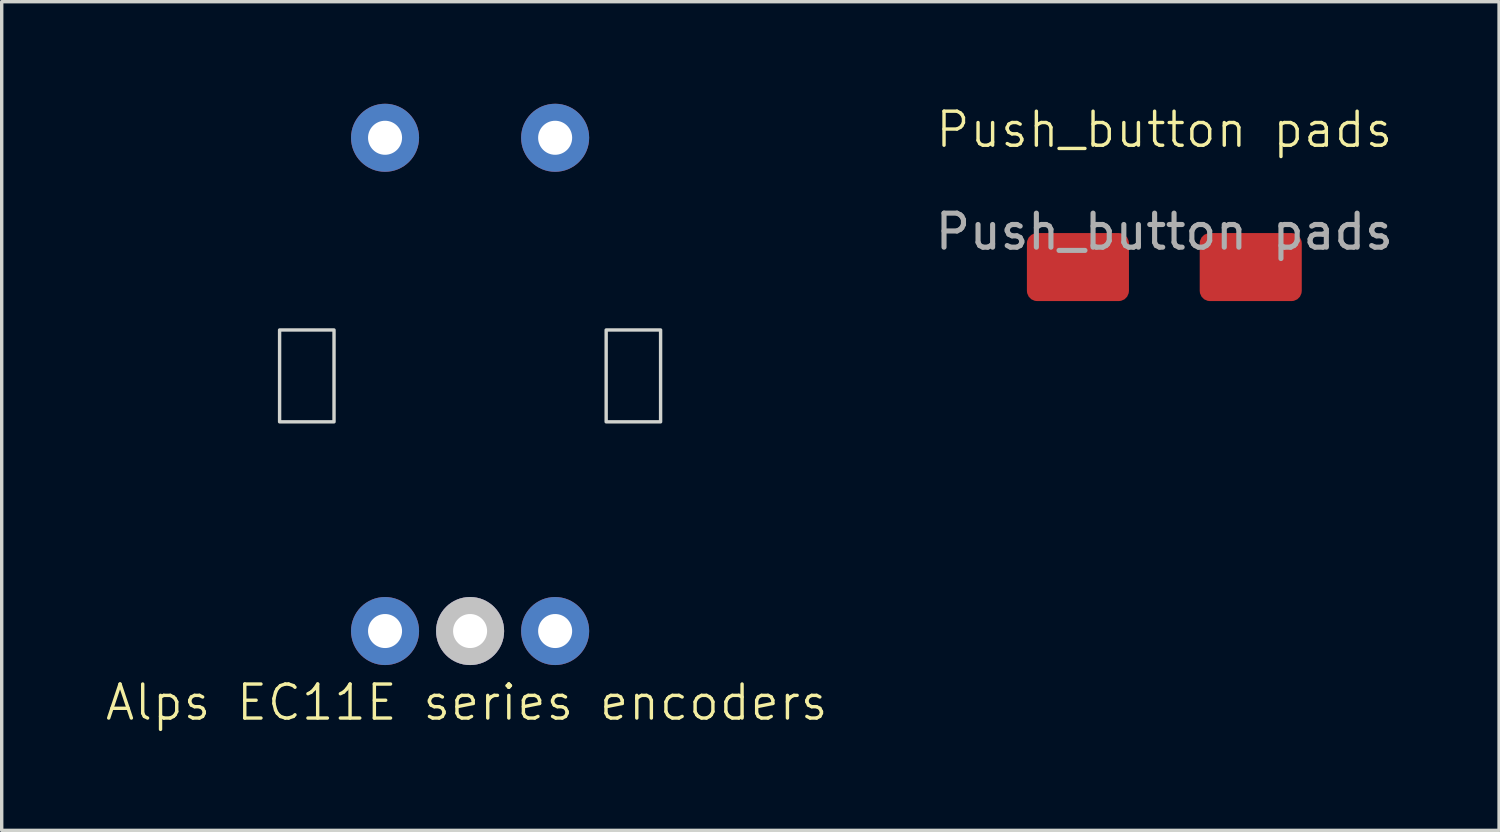
<source format=kicad_pcb>
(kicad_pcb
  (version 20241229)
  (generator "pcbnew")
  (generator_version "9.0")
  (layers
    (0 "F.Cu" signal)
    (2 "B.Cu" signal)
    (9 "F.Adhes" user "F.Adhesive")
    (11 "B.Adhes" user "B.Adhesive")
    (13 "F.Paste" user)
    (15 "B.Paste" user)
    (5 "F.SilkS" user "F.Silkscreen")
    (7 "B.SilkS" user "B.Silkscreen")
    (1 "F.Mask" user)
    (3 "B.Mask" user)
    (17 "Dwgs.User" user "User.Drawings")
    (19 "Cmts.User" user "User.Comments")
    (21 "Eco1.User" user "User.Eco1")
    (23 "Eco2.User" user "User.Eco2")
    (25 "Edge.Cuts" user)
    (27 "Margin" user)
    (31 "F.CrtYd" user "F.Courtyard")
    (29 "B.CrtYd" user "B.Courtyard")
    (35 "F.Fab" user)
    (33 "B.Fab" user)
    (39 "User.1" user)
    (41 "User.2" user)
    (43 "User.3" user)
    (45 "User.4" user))
  (footprint "Alps EC11E series encoders"
    (layer "F.Cu")
    (at 9.769 14)
    (property "Reference" "Alps EC11E series encoders" (at 0.9 3.6 0) (unlocked yes) (layer "F.SilkS") (effects (font (size 1 1) (thickness 0.1))))
    (attr smd)
    (fp_rect (start -4.6 -7.35) (end -3 -4.65) (stroke (width 0.1) (type solid)) (fill no) (layer "Edge.Cuts"))
    (fp_rect (start 5 -7.35) (end 6.6 -4.65) (stroke (width 0.1) (type solid)) (fill no) (layer "Edge.Cuts"))
    (pad "1" thru_hole circle (at -1.5 1.5) (size 2 2) (drill 1) (layers "*.Cu" "*.Mask"))
    (pad "2" thru_hole circle (at 1 1.5) (size 2 2) (drill 1) (layers "*.Cu" "*.Mask" "Dwgs.User"))
    (pad "3" thru_hole circle (at 3.5 1.5) (size 2 2) (drill 1) (layers "*.Cu" "*.Mask"))
    (pad "4" thru_hole circle (at -1.5 -13) (size 2 2) (drill 1) (layers "*.Cu" "*.Mask"))
    (pad "5" thru_hole circle (at 3.5 -13) (size 2 2) (drill 1) (layers "*.Cu" "*.Mask")))
  (footprint "Push_button pads"
    (layer "F.Cu")
    (at 31.177 4.801)
    (property "Reference" "Push_button pads" (at 0 -4.04 0) (unlocked yes) (layer "F.SilkS") (effects (font (size 1 1) (thickness 0.1))))
    (attr smd)
    (fp_text user "${REFERENCE}" (at 0 -1.04 0) (unlocked yes) (layer "F.Fab") (effects (font (size 1 1) (thickness 0.15))))
    (pad "1" smd roundrect (at -2.54 0) (size 3 2) (layers "F.Cu" "F.Mask" "F.Paste") (roundrect_rratio 0.15))
    (pad "2" smd roundrect (at 2.54 0) (size 3 2) (layers "F.Cu" "F.Mask" "F.Paste") (roundrect_rratio 0.15)))
  (gr_rect
    (start -3 -3)
    (end 41.017 21.36)
    (stroke (width 0.1) (type default))
    (fill no)
    (layer "Edge.Cuts")))
</source>
